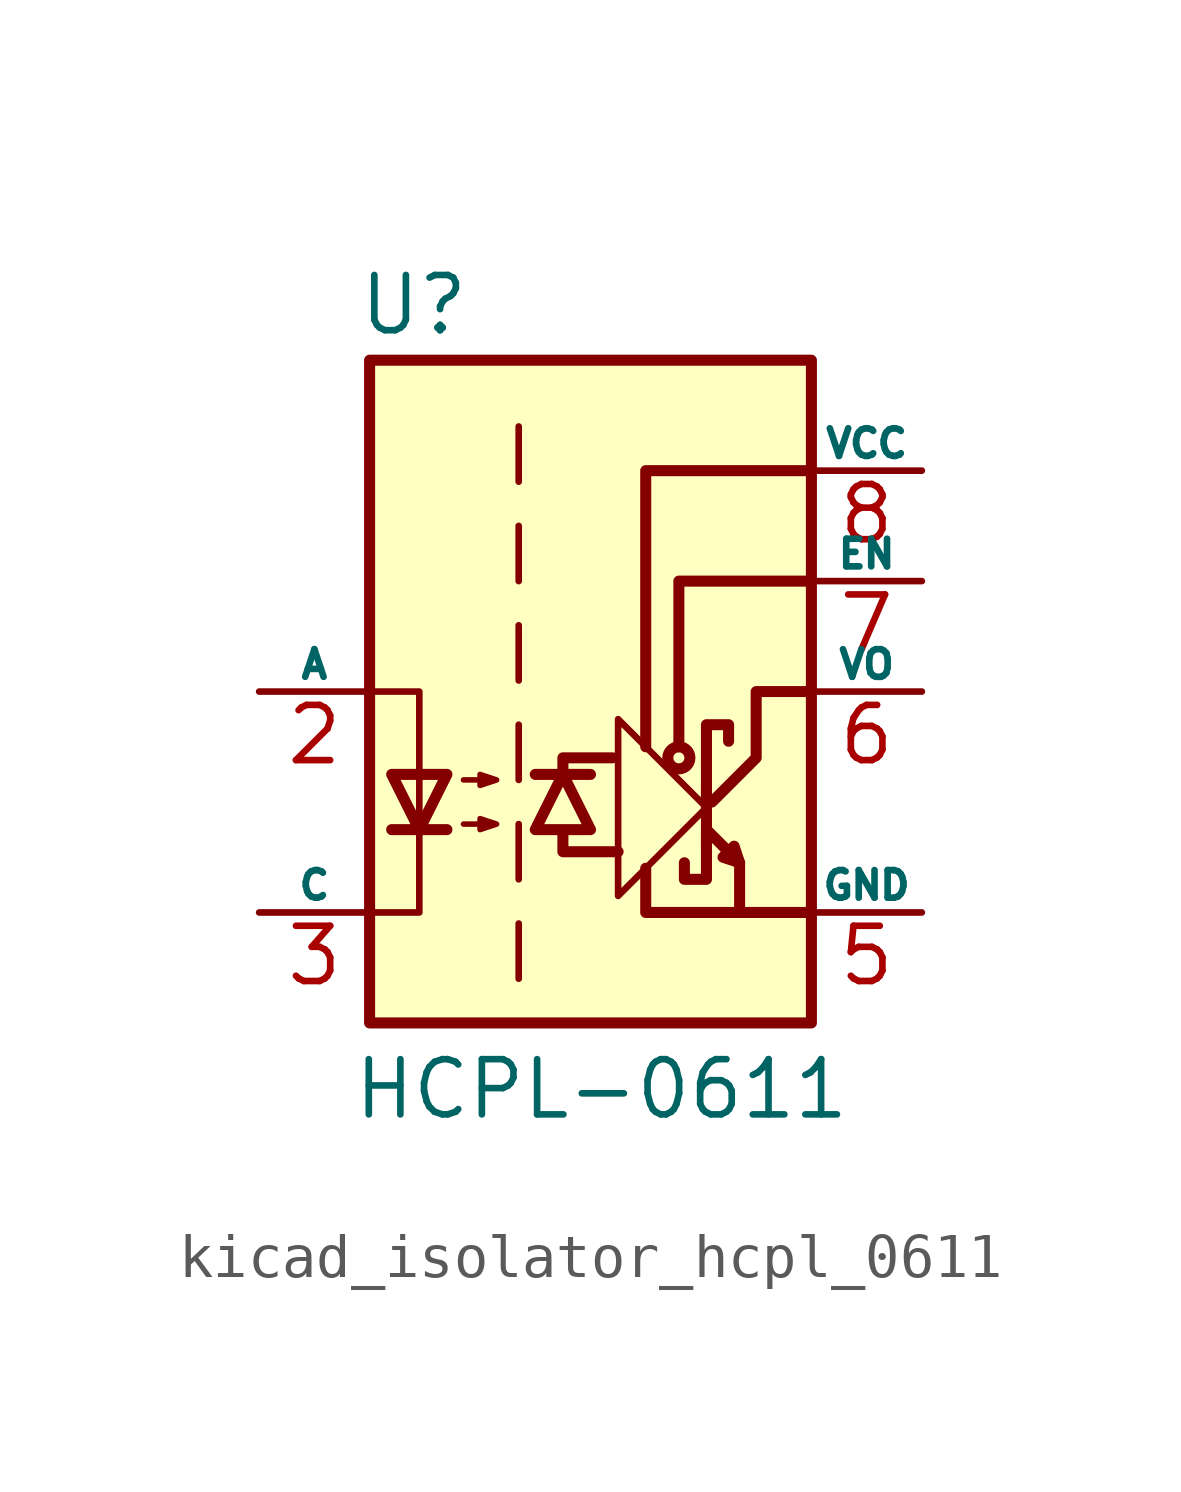
<source format=kicad_sym>
(kicad_symbol_lib
  (version 20220914)
  (generator kicad_symbol_editor)
  (symbol "kicad_isolator_hcpl_0611"
    (pin_names
      (offset 0))
    (property "Reference" "U"
      (at -4.064 8.89 0)
      (effects (font (size 1.27 1.27))))
    (property "Value" "HCPL-0611"
      (at 0.254 -9.144 0)
      (effects (font (size 1.27 1.27))))
    (symbol "kicad_isolator_hcpl_0611_0_1"
      (polyline (pts (xy 2.667 -3.556) (xy 2.667 -1.651)) (stroke (width 0.254) (type default)) (fill (type none)))
      (polyline (pts (xy 2.667 -2.159) (xy 2.667 -2.921)) (stroke (width 0.254) (type default)) (fill (type none)))
      (polyline (pts (xy 3.429 -3.937) (xy 3.429 -5.08)) (stroke (width 0.254) (type default)) (fill (type none)))
      (polyline (pts (xy -0.635 -3.302) (xy -0.635 -3.683) (xy 0.635 -3.683)) (stroke (width 0.254) (type default)) (fill (type none)))
      (polyline (pts (xy -0.635 -1.905) (xy -0.635 -1.524) (xy 0.508 -1.524)) (stroke (width 0.254) (type default)) (fill (type none)))
      (polyline (pts (xy 1.27 -4.064) (xy 1.27 -5.08) (xy 5.08 -5.08)) (stroke (width 0.254) (type default)) (fill (type none)))
      (polyline (pts (xy 1.27 -1.27) (xy 1.27 5.08) (xy 5.08 5.08)) (stroke (width 0.254) (type default)) (fill (type none)))
      (polyline (pts (xy 2.032 -1.27) (xy 2.032 2.54) (xy 5.08 2.54)) (stroke (width 0.254) (type default)) (fill (type none)))
      (polyline (pts (xy -5.08 -5.08) (xy -3.937 -5.08) (xy -3.937 0) (xy -5.08 0)) (stroke (width 0) (type default)) (fill (type none)))
      (polyline (pts (xy 2.667 -3.302) (xy 2.667 -4.318) (xy 2.159 -4.318) (xy 2.159 -3.937)) (stroke (width 0.254) (type default)) (fill (type none)))
      (polyline (pts (xy 2.667 -2.667) (xy 0.635 -4.699) (xy 0.635 -0.635) (xy 2.667 -2.667)) (stroke (width 0) (type default)) (fill (type none)))
      (polyline (pts (xy 2.667 -1.778) (xy 2.667 -0.762) (xy 3.175 -0.762) (xy 3.175 -1.143)) (stroke (width 0.254) (type default)) (fill (type none)))
      (polyline (pts (xy 2.794 -2.54) (xy 3.81 -1.524) (xy 3.81 0) (xy 5.08 0)) (stroke (width 0.254) (type default)) (fill (type none)))
      (polyline (pts (xy 2.667 -3.175) (xy 3.429 -3.937) (xy 3.302 -3.556) (xy 3.048 -3.81) (xy 3.429 -3.937)) (stroke (width 0.254) (type default)) (fill (type none)))
      (circle (center 2.032 -1.524) (radius 0.254) (stroke (width 0.254) (type default)) (fill (type none))))
    (symbol "kicad_isolator_hcpl_0611_1_1"
      (rectangle (start -5.08 7.62) (end 5.08 -7.62) (stroke (width 0.254) (type default)) (fill (type background)))
      (polyline (pts (xy -4.572 -3.175) (xy -3.302 -3.175)) (stroke (width 0.254) (type default)) (fill (type none)))
      (polyline (pts (xy -1.651 -5.334) (xy -1.651 -6.604)) (stroke (width 0) (type default)) (fill (type none)))
      (polyline (pts (xy -1.651 -3.048) (xy -1.651 -4.318)) (stroke (width 0) (type default)) (fill (type none)))
      (polyline (pts (xy -1.651 -0.762) (xy -1.651 -2.032)) (stroke (width 0) (type default)) (fill (type none)))
      (polyline (pts (xy -1.651 1.524) (xy -1.651 0.254)) (stroke (width 0) (type default)) (fill (type none)))
      (polyline (pts (xy -1.651 3.81) (xy -1.651 2.54)) (stroke (width 0) (type default)) (fill (type none)))
      (polyline (pts (xy -1.651 6.096) (xy -1.651 4.826)) (stroke (width 0) (type default)) (fill (type none)))
      (polyline (pts (xy -1.27 -1.905) (xy 0 -1.905)) (stroke (width 0.254) (type default)) (fill (type none)))
      (polyline (pts (xy -3.937 -3.175) (xy -4.572 -1.905) (xy -3.302 -1.905) (xy -3.937 -3.175)) (stroke (width 0.254) (type default)) (fill (type none)))
      (polyline (pts (xy -0.635 -1.905) (xy -1.27 -3.175) (xy 0 -3.175) (xy -0.635 -1.905)) (stroke (width 0.254) (type default)) (fill (type none)))
      (polyline (pts (xy -2.921 -3.048) (xy -2.159 -3.048) (xy -2.54 -3.175) (xy -2.54 -2.921) (xy -2.159 -3.048)) (stroke (width 0.127) (type default)) (fill (type none)))
      (polyline (pts (xy -2.921 -2.032) (xy -2.159 -2.032) (xy -2.54 -2.159) (xy -2.54 -1.905) (xy -2.159 -2.032)) (stroke (width 0.127) (type default)) (fill (type none)))
      (pin no_connect line (at -5.08 5.08 0) (length 2.54) hide (name "NC" (effects (font (size 0.635 0.635)))) (number "1" (effects (font (size 1.27 1.27)))))
      (pin passive line (at -7.62 0 0) (length 2.54) (name "A" (effects (font (size 0.635 0.635)))) (number "2" (effects (font (size 1.27 1.27)))))
      (pin passive line (at -7.62 -5.08 0) (length 2.54) (name "C" (effects (font (size 0.635 0.635)))) (number "3" (effects (font (size 1.27 1.27)))))
      (pin power_in line (at 7.62 -5.08 180) (length 2.54) (name "GND" (effects (font (size 0.635 0.635)))) (number "5" (effects (font (size 1.27 1.27)))))
      (pin open_collector line (at 7.62 0 180) (length 2.54) (name "VO" (effects (font (size 0.635 0.635)))) (number "6" (effects (font (size 1.27 1.27)))))
      (pin input line (at 7.62 2.54 180) (length 2.54) (name "EN" (effects (font (size 0.635 0.635)))) (number "7" (effects (font (size 1.27 1.27)))))
      (pin power_in line (at 7.62 5.08 180) (length 2.54) (name "VCC" (effects (font (size 0.635 0.635)))) (number "8" (effects (font (size 1.27 1.27))))))))
</source>
